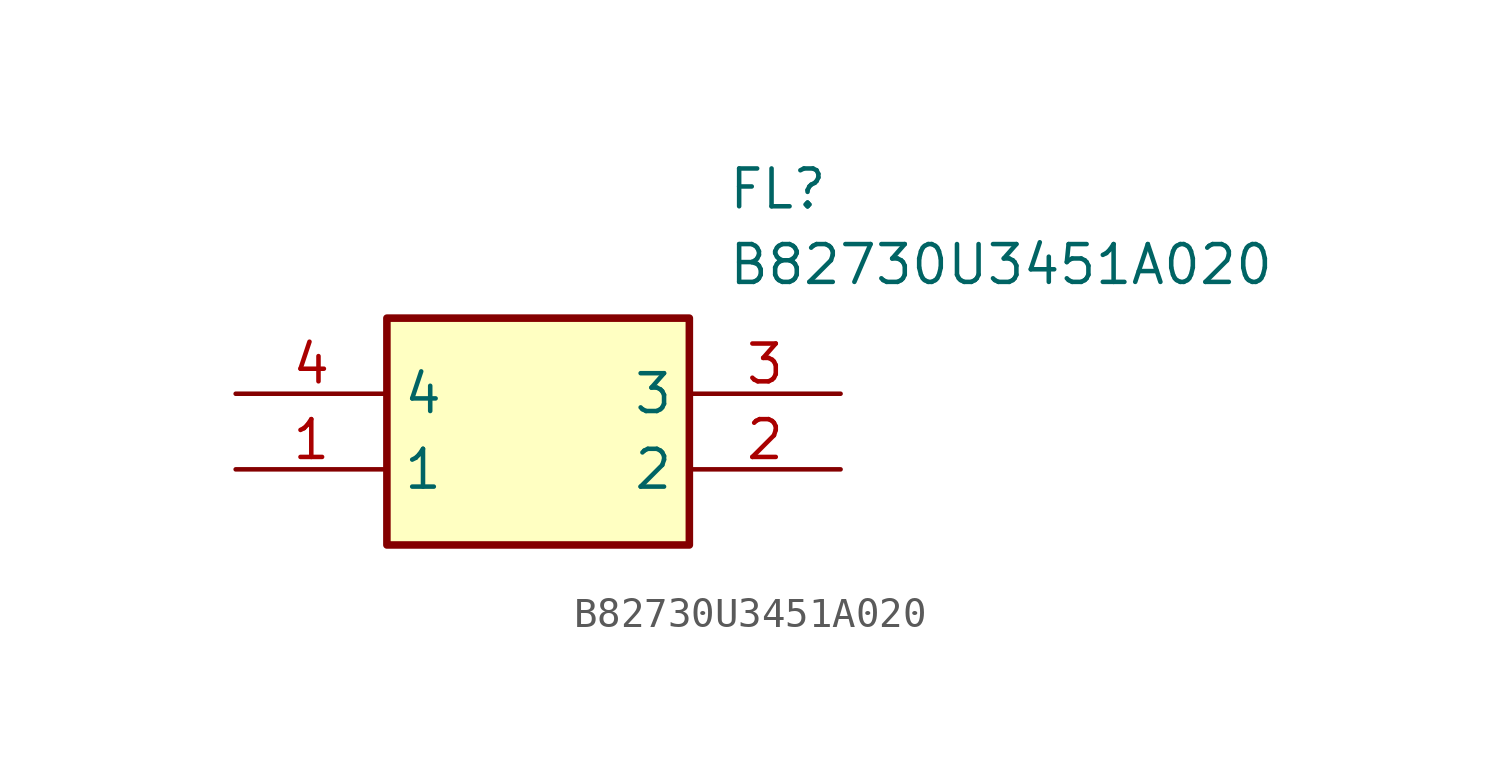
<source format=kicad_sym>
(kicad_symbol_lib
  (version 20211014)
  (generator SamacSys_ECAD_Model)
  (symbol "B82730U3451A020"
    (property "Reference" "FL"
      (at 16.51 7.62 0)
      (effects (font (size 1.27 1.27)) (justify left top)))
    (property "Value" "B82730U3451A020"
      (at 16.51 5.08 0)
      (effects (font (size 1.27 1.27)) (justify left top)))
    (rectangle
      (start 5.08 2.54)
      (end 15.24 -5.08)
      (stroke (width 0.254) (type default))
      (fill (type background)))
    (pin passive line
      (at 0 -2.54 0)
      (length 5.08)
      (name "1" (effects (font (size 1.27 1.27))))
      (number "1" (effects (font (size 1.27 1.27)))))
    (pin passive line
      (at 20.32 -2.54 180)
      (length 5.08)
      (name "2" (effects (font (size 1.27 1.27))))
      (number "2" (effects (font (size 1.27 1.27)))))
    (pin passive line
      (at 20.32 0 180)
      (length 5.08)
      (name "3" (effects (font (size 1.27 1.27))))
      (number "3" (effects (font (size 1.27 1.27)))))
    (pin passive line
      (at 0 0 0)
      (length 5.08)
      (name "4" (effects (font (size 1.27 1.27))))
      (number "4" (effects (font (size 1.27 1.27)))))))
</source>
